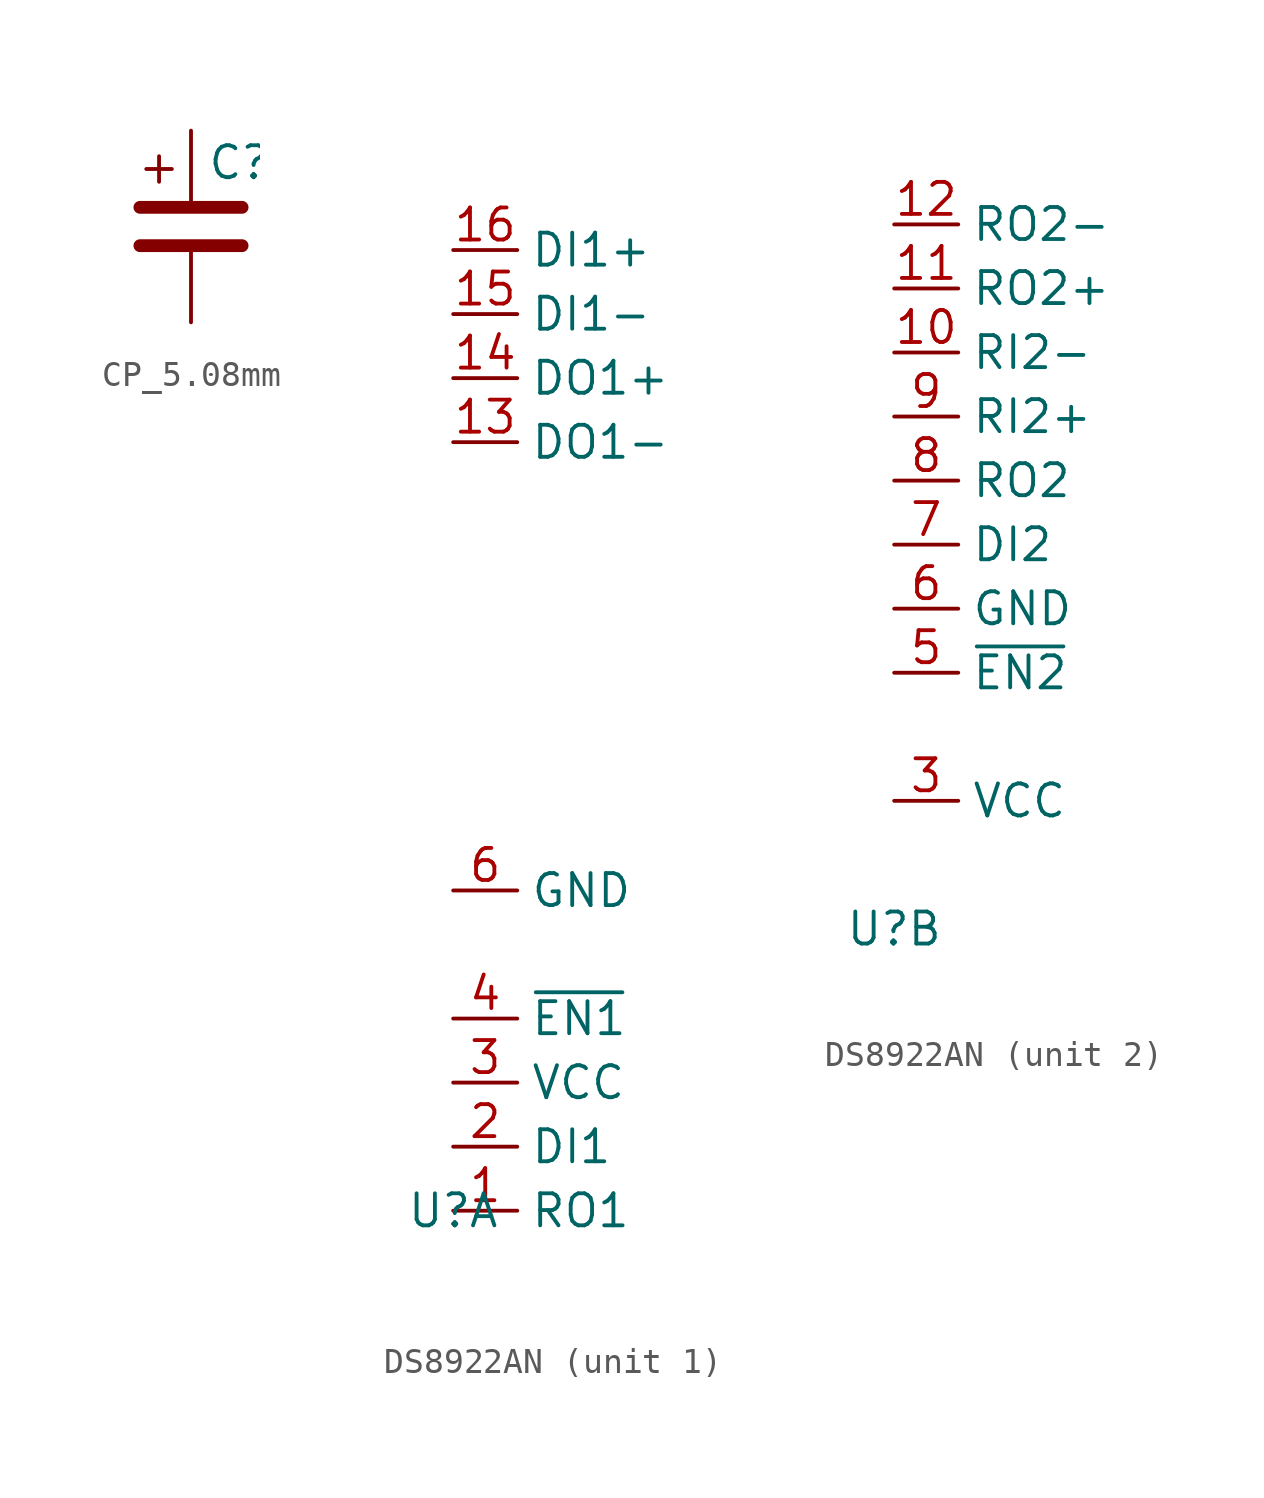
<source format=kicad_sym>
(kicad_symbol_lib
  (version 20241209)
  (generator "kicad_symbol_editor")
  (generator_version "9.0")
  (symbol "CP_5.08mm"
    (pin_numbers
      (hide yes))
    (pin_names
      (offset 0.254))
    (property "Reference" "C"
      (at 0.635 2.54 0)
      (effects (font (size 1.27 1.27)) (justify left)))
    (property "Value" ""
      (at 0.635 -2.54 0)
      (effects (font (size 1.27 1.27)) (justify left)))
    (symbol "CP_5.08mm_0_1"
      (polyline (pts (xy -2.032 0.762) (xy 2.032 0.762)) (stroke (width 0.508) (type default)) (fill (type none)))
      (polyline (pts (xy -2.032 -0.762) (xy 2.032 -0.762)) (stroke (width 0.508) (type default)) (fill (type none)))
      (polyline (pts (xy -1.778 2.286) (xy -0.762 2.286)) (stroke (width 0) (type default)) (fill (type none)))
      (polyline (pts (xy -1.27 2.794) (xy -1.27 1.778)) (stroke (width 0) (type default)) (fill (type none))))
    (symbol "CP_5.08mm_1_1"
      (pin passive line (at 0 3.81 270) (length 2.794) (name "~" (effects (font (size 1.27 1.27)))) (number "1" (effects (font (size 1.27 1.27)))))
      (pin passive line (at 0 -3.81 90) (length 2.794) (name "~" (effects (font (size 1.27 1.27)))) (number "2" (effects (font (size 1.27 1.27)))))))
  (symbol "DS8922AN"
    (property "Reference" "U"
      (at 0 0 0)
      (effects (font (size 1.27 1.27))))
    (property "Value" ""
      (at 0 0 0)
      (effects (font (size 1.27 1.27))))
    (symbol "DS8922AN_0_0"
      (pin power_in line (at 0 12.7 0) (length 2.54) (name "GND" (effects (font (size 1.27 1.27)))) (number "6" (effects (font (size 1.27 1.27)))))
      (pin power_in line (at 0 5.08 0) (length 2.54) (name "VCC" (effects (font (size 1.27 1.27)))) (number "3" (effects (font (size 1.27 1.27))))))
    (symbol "DS8922AN_1_0"
      (pin input line (at 0 38.1 0) (length 2.54) (name "DI1+" (effects (font (size 1.27 1.27)))) (number "16" (effects (font (size 1.27 1.27)))))
      (pin input line (at 0 35.56 0) (length 2.54) (name "DI1-" (effects (font (size 1.27 1.27)))) (number "15" (effects (font (size 1.27 1.27)))))
      (pin output line (at 0 33.02 0) (length 2.54) (name "DO1+" (effects (font (size 1.27 1.27)))) (number "14" (effects (font (size 1.27 1.27)))))
      (pin output line (at 0 30.48 0) (length 2.54) (name "DO1-" (effects (font (size 1.27 1.27)))) (number "13" (effects (font (size 1.27 1.27)))))
      (pin input line (at 0 7.62 0) (length 2.54) (name "~{EN1}" (effects (font (size 1.27 1.27)))) (number "4" (effects (font (size 1.27 1.27)))))
      (pin input line (at 0 2.54 0) (length 2.54) (name "DI1" (effects (font (size 1.27 1.27)))) (number "2" (effects (font (size 1.27 1.27)))))
      (pin output line (at 0 0 0) (length 2.54) (name "RO1" (effects (font (size 1.27 1.27)))) (number "1" (effects (font (size 1.27 1.27))))))
    (symbol "DS8922AN_2_0"
      (pin output line (at 0 27.94 0) (length 2.54) (name "RO2-" (effects (font (size 1.27 1.27)))) (number "12" (effects (font (size 1.27 1.27)))))
      (pin output line (at 0 25.4 0) (length 2.54) (name "RO2+" (effects (font (size 1.27 1.27)))) (number "11" (effects (font (size 1.27 1.27)))))
      (pin input line (at 0 22.86 0) (length 2.54) (name "RI2-" (effects (font (size 1.27 1.27)))) (number "10" (effects (font (size 1.27 1.27)))))
      (pin input line (at 0 20.32 0) (length 2.54) (name "RI2+" (effects (font (size 1.27 1.27)))) (number "9" (effects (font (size 1.27 1.27)))))
      (pin output line (at 0 17.78 0) (length 2.54) (name "RO2" (effects (font (size 1.27 1.27)))) (number "8" (effects (font (size 1.27 1.27)))))
      (pin input line (at 0 15.24 0) (length 2.54) (name "DI2" (effects (font (size 1.27 1.27)))) (number "7" (effects (font (size 1.27 1.27)))))
      (pin input line (at 0 10.16 0) (length 2.54) (name "~{EN2}" (effects (font (size 1.27 1.27)))) (number "5" (effects (font (size 1.27 1.27))))))))
</source>
